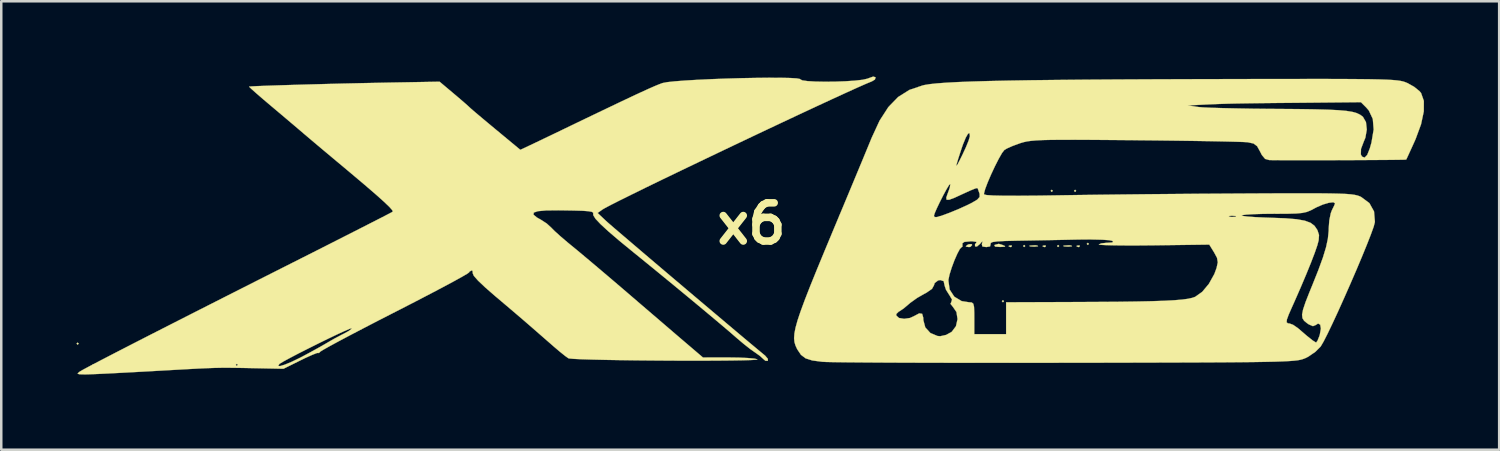
<source format=kicad_pcb>
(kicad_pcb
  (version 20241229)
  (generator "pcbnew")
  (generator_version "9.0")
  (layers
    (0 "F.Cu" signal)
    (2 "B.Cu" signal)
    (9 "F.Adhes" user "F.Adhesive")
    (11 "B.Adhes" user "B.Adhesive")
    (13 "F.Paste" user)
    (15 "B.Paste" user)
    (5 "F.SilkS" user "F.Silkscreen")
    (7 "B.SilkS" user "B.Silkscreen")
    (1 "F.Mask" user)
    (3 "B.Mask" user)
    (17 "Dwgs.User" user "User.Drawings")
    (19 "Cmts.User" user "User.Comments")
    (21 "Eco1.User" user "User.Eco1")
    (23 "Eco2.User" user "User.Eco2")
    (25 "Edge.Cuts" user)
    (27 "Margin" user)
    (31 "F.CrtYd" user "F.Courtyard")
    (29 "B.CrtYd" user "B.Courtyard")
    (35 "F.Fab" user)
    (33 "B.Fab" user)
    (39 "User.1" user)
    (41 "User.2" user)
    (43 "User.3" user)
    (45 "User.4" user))
  (footprint "x6"
    (layer "F.Cu")
    (at 26.929 5.876)
    (property "Reference" "x6" (at 0 0 0) (layer "F.SilkS") (effects (font (size 1.524 1.524) (thickness 0.3))))
    (attr through_hole)
    (fp_poly (pts (xy -26.839 4.784) (xy -26.882 4.826) (xy -26.924 4.784) (xy -26.882 4.741) (xy -26.839 4.784)) (stroke (width 0.01) (type solid)) (fill yes) (layer "F.SilkS"))
    (fp_poly (pts (xy 10.075 3.09) (xy 10.033 3.133) (xy 9.991 3.09) (xy 10.033 3.048) (xy 10.075 3.09)) (stroke (width 0.01) (type solid)) (fill yes) (layer "F.SilkS"))
    (fp_poly (pts (xy 10.922 0.889) (xy 10.88 0.931) (xy 10.837 0.889) (xy 10.88 0.847) (xy 10.922 0.889)) (stroke (width 0.01) (type solid)) (fill yes) (layer "F.SilkS"))
    (fp_poly (pts (xy 12.023 -1.312) (xy 11.98 -1.27) (xy 11.938 -1.312) (xy 11.98 -1.355) (xy 12.023 -1.312)) (stroke (width 0.01) (type solid)) (fill yes) (layer "F.SilkS"))
    (fp_poly (pts (xy 12.277 0.889) (xy 12.234 0.931) (xy 12.192 0.889) (xy 12.234 0.847) (xy 12.277 0.889)) (stroke (width 0.01) (type solid)) (fill yes) (layer "F.SilkS"))
    (fp_poly (pts (xy 12.954 -1.312) (xy 12.912 -1.27) (xy 12.869 -1.312) (xy 12.912 -1.355) (xy 12.954 -1.312)) (stroke (width 0.01) (type solid)) (fill yes) (layer "F.SilkS"))
    (fp_poly (pts (xy 13.462 0.804) (xy 13.42 0.847) (xy 13.377 0.804) (xy 13.42 0.762) (xy 13.462 0.804)) (stroke (width 0.01) (type solid)) (fill yes) (layer "F.SilkS"))
    (fp_poly (pts (xy 10.386 0.875) (xy 10.374 0.925) (xy 10.329 0.931) (xy 10.26 0.9) (xy 10.273 0.875) (xy 10.373 0.865) (xy 10.386 0.875)) (stroke (width 0.01) (type solid)) (fill yes) (layer "F.SilkS"))
    (fp_poly (pts (xy 11.74 0.875) (xy 11.729 0.925) (xy 11.684 0.931) (xy 11.614 0.9) (xy 11.628 0.875) (xy 11.728 0.865) (xy 11.74 0.875)) (stroke (width 0.01) (type solid)) (fill yes) (layer "F.SilkS"))
    (fp_poly (pts (xy 13.095 0.875) (xy 13.083 0.925) (xy 13.039 0.931) (xy 12.969 0.9) (xy 12.982 0.875) (xy 13.083 0.865) (xy 13.095 0.875)) (stroke (width 0.01) (type solid)) (fill yes) (layer "F.SilkS"))
    (fp_poly (pts (xy 8.805 0.849) (xy 8.737 0.922) (xy 8.678 0.931) (xy 8.565 0.913) (xy 8.551 0.898) (xy 8.618 0.843) (xy 8.678 0.816) (xy 8.787 0.814) (xy 8.805 0.849)) (stroke (width 0.01) (type solid)) (fill yes) (layer "F.SilkS"))
    (fp_poly (pts (xy 11.409 0.873) (xy 11.435 0.898) (xy 11.318 0.911) (xy 11.261 0.912) (xy 11.107 0.903) (xy 11.088 0.881) (xy 11.113 0.873) (xy 11.327 0.86) (xy 11.409 0.873)) (stroke (width 0.01) (type solid)) (fill yes) (layer "F.SilkS"))
    (fp_poly (pts (xy 12.764 0.873) (xy 12.79 0.898) (xy 12.673 0.911) (xy 12.615 0.912) (xy 12.461 0.903) (xy 12.443 0.881) (xy 12.467 0.873) (xy 12.682 0.86) (xy 12.764 0.873)) (stroke (width 0.01) (type solid)) (fill yes) (layer "F.SilkS"))
    (fp_poly (pts (xy 9.997 0.839) (xy 10.12 0.893) (xy 10.103 0.917) (xy 9.933 0.926) (xy 9.91 0.926) (xy 9.721 0.913) (xy 9.691 0.861) (xy 9.705 0.844) (xy 9.865 0.802) (xy 9.997 0.839)) (stroke (width 0.01) (type solid)) (fill yes) (layer "F.SilkS"))
    (fp_poly (pts (xy 4.953 -5.842) (xy 4.926 -5.753) (xy 4.806 -5.681) (xy 4.583 -5.589) (xy 4.231 -5.434) (xy 3.768 -5.224) (xy 3.208 -4.967) (xy 2.567 -4.67) (xy 1.862 -4.341) (xy 1.108 -3.987) (xy 0.322 -3.616) (xy -0.482 -3.235) (xy -1.286 -2.852) (xy -2.075 -2.475) (xy -2.834 -2.111) (xy -3.546 -1.768) (xy -4.195 -1.453) (xy -4.765 -1.173) (xy -5.242 -0.937) (xy -5.607 -0.752) (xy -5.847 -0.625) (xy -5.932 -0.575) (xy -6.138 -0.43) (xy -5.798 -0.109) (xy -5.684 -0.008) (xy -5.456 0.189) (xy -5.131 0.467) (xy -4.724 0.814) (xy -4.253 1.216) (xy -3.732 1.658) (xy -3.178 2.128) (xy -2.607 2.611) (xy -2.035 3.095) (xy -1.478 3.565) (xy -0.953 4.008) (xy -0.475 4.411) (xy -0.06 4.759) (xy 0.276 5.039) (xy 0.516 5.238) (xy 0.547 5.263) (xy 0.653 5.388) (xy 0.655 5.469) (xy 0.558 5.468) (xy 0.486 5.407) (xy 0.342 5.275) (xy 0.138 5.13) (xy 0.127 5.123) (xy -0.061 4.99) (xy -0.321 4.784) (xy -0.601 4.547) (xy -0.635 4.517) (xy -0.886 4.299) (xy -1.247 3.993) (xy -1.694 3.618) (xy -2.205 3.192) (xy -2.758 2.734) (xy -3.331 2.262) (xy -3.901 1.795) (xy -4.445 1.352) (xy -4.703 1.143) (xy -5.271 0.678) (xy -5.708 0.304) (xy -6.022 0.014) (xy -6.221 -0.197) (xy -6.31 -0.339) (xy -6.314 -0.396) (xy -6.314 -0.442) (xy -6.371 -0.476) (xy -6.506 -0.5) (xy -6.74 -0.517) (xy -7.097 -0.527) (xy -7.596 -0.535) (xy -7.705 -0.536) (xy -8.193 -0.531) (xy -8.518 -0.501) (xy -8.684 -0.446) (xy -8.695 -0.362) (xy -8.556 -0.247) (xy -8.4 -0.16) (xy -8.168 -0.01) (xy -7.983 0.159) (xy -7.982 0.161) (xy -7.851 0.293) (xy -7.626 0.496) (xy -7.344 0.737) (xy -7.181 0.871) (xy -6.929 1.078) (xy -6.577 1.372) (xy -6.151 1.731) (xy -5.679 2.131) (xy -5.189 2.549) (xy -4.903 2.794) (xy -4.413 3.215) (xy -3.923 3.635) (xy -3.463 4.029) (xy -3.06 4.375) (xy -2.741 4.648) (xy -2.606 4.763) (xy -1.937 5.334) (xy -0.905 5.335) (xy -0.496 5.341) (xy -0.144 5.357) (xy 0.114 5.38) (xy 0.24 5.409) (xy 0.241 5.409) (xy 0.187 5.425) (xy -0.016 5.438) (xy -0.348 5.448) (xy -0.789 5.455) (xy -1.319 5.46) (xy -1.918 5.463) (xy -2.565 5.463) (xy -3.241 5.461) (xy -3.926 5.456) (xy -4.599 5.45) (xy -5.241 5.441) (xy -5.83 5.431) (xy -6.348 5.419) (xy -6.774 5.406) (xy -7.088 5.391) (xy -7.27 5.375) (xy -7.305 5.366) (xy -7.431 5.276) (xy -7.641 5.108) (xy -7.892 4.895) (xy -7.922 4.868) (xy -8.242 4.589) (xy -8.587 4.288) (xy -8.844 4.064) (xy -9.074 3.865) (xy -9.394 3.591) (xy -9.766 3.275) (xy -10.149 2.95) (xy -10.221 2.89) (xy -10.619 2.543) (xy -10.907 2.27) (xy -11.076 2.078) (xy -11.118 1.979) (xy -11.128 1.877) (xy -11.167 1.863) (xy -11.256 1.916) (xy -11.261 1.938) (xy -11.334 1.992) (xy -11.541 2.113) (xy -11.868 2.294) (xy -12.297 2.524) (xy -12.813 2.796) (xy -13.398 3.1) (xy -14.038 3.429) (xy -14.203 3.513) (xy -14.856 3.847) (xy -15.462 4.161) (xy -16.004 4.444) (xy -16.466 4.689) (xy -16.83 4.886) (xy -17.08 5.027) (xy -17.2 5.102) (xy -17.207 5.109) (xy -17.263 5.165) (xy -17.271 5.15) (xy -17.341 5.16) (xy -17.529 5.234) (xy -17.801 5.357) (xy -17.971 5.44) (xy -18.669 5.786) (xy -19.897 5.761) (xy -20.287 5.753) (xy -20.608 5.748) (xy -20.885 5.745) (xy -21.145 5.746) (xy -21.412 5.751) (xy -21.713 5.762) (xy -22.073 5.778) (xy -22.519 5.802) (xy -23.076 5.833) (xy -23.77 5.872) (xy -23.961 5.883) (xy -24.582 5.917) (xy -25.166 5.948) (xy -25.687 5.975) (xy -26.117 5.995) (xy -26.429 6.007) (xy -26.583 6.011) (xy -26.806 6.006) (xy -26.884 5.983) (xy -26.839 5.93) (xy -26.795 5.898) (xy -26.662 5.821) (xy -26.384 5.672) (xy -26.304 5.63) (xy -20.574 5.63) (xy -20.532 5.673) (xy -20.532 5.673) (xy -18.882 5.673) (xy -18.803 5.678) (xy -18.617 5.622) (xy -18.349 5.511) (xy -18.022 5.353) (xy -17.927 5.304) (xy -17.578 5.117) (xy -17.249 4.935) (xy -16.997 4.791) (xy -16.933 4.753) (xy -16.662 4.596) (xy -16.353 4.432) (xy -16.273 4.392) (xy -16.07 4.281) (xy -15.959 4.196) (xy -15.952 4.17) (xy -16.035 4.194) (xy -16.24 4.282) (xy -16.538 4.419) (xy -16.9 4.592) (xy -17.297 4.787) (xy -17.702 4.989) (xy -18.085 5.183) (xy -18.417 5.357) (xy -18.671 5.495) (xy -18.817 5.583) (xy -18.834 5.597) (xy -18.882 5.673) (xy -20.532 5.673) (xy -20.489 5.63) (xy -20.532 5.588) (xy -20.574 5.63) (xy -26.304 5.63) (xy -25.966 5.453) (xy -25.416 5.168) (xy -24.738 4.819) (xy -23.939 4.41) (xy -23.024 3.944) (xy -22.001 3.424) (xy -20.875 2.853) (xy -19.652 2.234) (xy -18.339 1.571) (xy -18.288 1.545) (xy -17.531 1.163) (xy -16.82 0.803) (xy -16.169 0.473) (xy -15.593 0.18) (xy -15.107 -0.068) (xy -14.723 -0.264) (xy -14.457 -0.402) (xy -14.323 -0.473) (xy -14.309 -0.481) (xy -14.329 -0.54) (xy -14.445 -0.672) (xy -14.664 -0.881) (xy -14.993 -1.175) (xy -15.44 -1.56) (xy -16.01 -2.041) (xy -16.252 -2.244) (xy -16.669 -2.592) (xy -17.071 -2.929) (xy -17.427 -3.228) (xy -17.707 -3.465) (xy -17.864 -3.598) (xy -18.08 -3.783) (xy -18.387 -4.043) (xy -18.746 -4.347) (xy -19.117 -4.66) (xy -19.159 -4.695) (xy -19.483 -4.969) (xy -19.752 -5.202) (xy -19.944 -5.373) (xy -20.037 -5.462) (xy -20.042 -5.47) (xy -19.953 -5.479) (xy -19.715 -5.491) (xy -19.349 -5.505) (xy -18.875 -5.521) (xy -18.313 -5.538) (xy -17.684 -5.556) (xy -17.007 -5.574) (xy -16.305 -5.592) (xy -15.596 -5.608) (xy -14.901 -5.622) (xy -14.455 -5.631) (xy -12.442 -5.667) (xy -11.873 -5.188) (xy -11.612 -4.967) (xy -11.404 -4.787) (xy -11.28 -4.676) (xy -11.261 -4.657) (xy -11.184 -4.587) (xy -11 -4.429) (xy -10.733 -4.204) (xy -10.406 -3.931) (xy -10.219 -3.776) (xy -9.221 -2.949) (xy -8.853 -3.121) (xy -8.63 -3.227) (xy -8.3 -3.385) (xy -7.909 -3.572) (xy -7.523 -3.758) (xy -6.65 -4.179) (xy -5.915 -4.531) (xy -5.306 -4.822) (xy -4.81 -5.057) (xy -4.413 -5.242) (xy -4.102 -5.384) (xy -3.863 -5.489) (xy -3.685 -5.562) (xy -3.553 -5.611) (xy -3.547 -5.613) (xy -3.368 -5.648) (xy -3.06 -5.681) (xy -2.647 -5.713) (xy -2.154 -5.742) (xy -1.604 -5.768) (xy -1.021 -5.79) (xy -0.43 -5.807) (xy 0.145 -5.818) (xy 0.68 -5.824) (xy 1.151 -5.823) (xy 1.533 -5.815) (xy 1.804 -5.799) (xy 1.937 -5.774) (xy 1.947 -5.763) (xy 2.026 -5.72) (xy 2.239 -5.69) (xy 2.553 -5.672) (xy 2.933 -5.665) (xy 3.345 -5.669) (xy 3.754 -5.684) (xy 4.127 -5.709) (xy 4.43 -5.743) (xy 4.627 -5.787) (xy 4.656 -5.799) (xy 4.858 -5.871) (xy 4.953 -5.842)) (stroke (width 0.01) (type solid)) (fill yes) (layer "F.SilkS"))
    (fp_poly (pts (xy 22.999 -5.776) (xy 23.671 -5.774) (xy 24.231 -5.77) (xy 24.691 -5.765) (xy 25.063 -5.757) (xy 25.357 -5.747) (xy 25.586 -5.734) (xy 25.761 -5.718) (xy 25.893 -5.699) (xy 25.995 -5.677) (xy 26.078 -5.65) (xy 26.152 -5.62) (xy 26.176 -5.61) (xy 26.439 -5.462) (xy 26.653 -5.289) (xy 26.715 -5.214) (xy 26.825 -4.902) (xy 26.823 -4.481) (xy 26.714 -3.968) (xy 26.498 -3.382) (xy 26.463 -3.302) (xy 26.32 -2.987) (xy 26.205 -2.736) (xy 26.135 -2.586) (xy 26.121 -2.56) (xy 26.037 -2.555) (xy 25.807 -2.551) (xy 25.457 -2.547) (xy 25.011 -2.544) (xy 24.492 -2.541) (xy 23.925 -2.538) (xy 23.334 -2.536) (xy 22.743 -2.534) (xy 22.177 -2.534) (xy 21.66 -2.534) (xy 21.216 -2.535) (xy 20.869 -2.537) (xy 20.659 -2.54) (xy 20.494 -2.586) (xy 20.362 -2.743) (xy 20.294 -2.876) (xy 20.174 -3.093) (xy 20.033 -3.2) (xy 19.801 -3.25) (xy 19.786 -3.252) (xy 19.631 -3.261) (xy 19.326 -3.271) (xy 18.887 -3.282) (xy 18.333 -3.293) (xy 17.683 -3.304) (xy 16.954 -3.314) (xy 16.165 -3.324) (xy 15.334 -3.332) (xy 15.313 -3.333) (xy 14.366 -3.341) (xy 13.573 -3.347) (xy 12.917 -3.35) (xy 12.384 -3.349) (xy 11.957 -3.346) (xy 11.62 -3.338) (xy 11.358 -3.325) (xy 11.155 -3.307) (xy 10.996 -3.285) (xy 10.864 -3.256) (xy 10.743 -3.221) (xy 10.708 -3.209) (xy 10.423 -3.105) (xy 10.193 -3.003) (xy 10.091 -2.943) (xy 9.995 -2.818) (xy 9.863 -2.587) (xy 9.712 -2.29) (xy 9.56 -1.965) (xy 9.425 -1.651) (xy 9.325 -1.387) (xy 9.278 -1.213) (xy 9.281 -1.169) (xy 9.384 -1.144) (xy 9.656 -1.126) (xy 10.097 -1.117) (xy 10.707 -1.116) (xy 11.487 -1.122) (xy 12.266 -1.134) (xy 12.971 -1.145) (xy 13.811 -1.156) (xy 14.755 -1.167) (xy 15.767 -1.178) (xy 16.816 -1.187) (xy 17.868 -1.196) (xy 18.889 -1.202) (xy 19.6 -1.206) (xy 20.58 -1.211) (xy 21.404 -1.214) (xy 22.088 -1.214) (xy 22.647 -1.213) (xy 23.095 -1.208) (xy 23.446 -1.2) (xy 23.715 -1.189) (xy 23.917 -1.173) (xy 24.066 -1.152) (xy 24.176 -1.127) (xy 24.264 -1.096) (xy 24.324 -1.068) (xy 24.653 -0.823) (xy 24.838 -0.491) (xy 24.872 -0.084) (xy 24.868 -0.049) (xy 24.822 0.123) (xy 24.714 0.423) (xy 24.556 0.826) (xy 24.36 1.306) (xy 24.136 1.838) (xy 23.894 2.397) (xy 23.647 2.957) (xy 23.406 3.493) (xy 23.18 3.98) (xy 22.982 4.392) (xy 22.823 4.704) (xy 22.713 4.891) (xy 22.707 4.9) (xy 22.497 5.11) (xy 22.217 5.302) (xy 22.108 5.357) (xy 22.043 5.384) (xy 21.973 5.408) (xy 21.888 5.43) (xy 21.778 5.449) (xy 21.633 5.465) (xy 21.443 5.479) (xy 21.198 5.491) (xy 20.89 5.502) (xy 20.507 5.51) (xy 20.04 5.518) (xy 19.479 5.524) (xy 18.814 5.529) (xy 18.037 5.533) (xy 17.135 5.536) (xy 16.101 5.539) (xy 14.924 5.542) (xy 13.595 5.545) (xy 12.574 5.546) (xy 11.33 5.548) (xy 10.125 5.549) (xy 8.971 5.549) (xy 7.879 5.547) (xy 6.862 5.545) (xy 5.931 5.542) (xy 5.098 5.538) (xy 4.375 5.533) (xy 3.774 5.528) (xy 3.306 5.522) (xy 2.985 5.515) (xy 2.822 5.507) (xy 2.429 5.455) (xy 2.161 5.37) (xy 1.976 5.231) (xy 1.83 5.014) (xy 1.815 4.985) (xy 1.756 4.856) (xy 1.716 4.721) (xy 1.701 4.567) (xy 1.714 4.38) (xy 1.759 4.147) (xy 1.84 3.854) (xy 1.904 3.662) (xy 5.778 3.662) (xy 5.888 3.76) (xy 6.092 3.793) (xy 6.326 3.759) (xy 6.479 3.689) (xy 6.692 3.576) (xy 6.81 3.593) (xy 6.855 3.751) (xy 6.858 3.846) (xy 6.935 4.135) (xy 7.137 4.358) (xy 7.422 4.478) (xy 7.535 4.487) (xy 7.767 4.435) (xy 7.99 4.312) (xy 8.158 4.088) (xy 8.222 3.804) (xy 8.179 3.523) (xy 8.045 3.326) (xy 7.94 3.195) (xy 7.973 3.124) (xy 8.002 3.026) (xy 7.896 2.845) (xy 7.887 2.833) (xy 7.762 2.635) (xy 7.705 2.467) (xy 7.705 2.458) (xy 7.666 2.286) (xy 7.576 2.259) (xy 7.856 2.259) (xy 7.906 2.625) (xy 8.092 2.91) (xy 8.387 3.087) (xy 8.682 3.133) (xy 8.788 3.141) (xy 8.85 3.19) (xy 8.88 3.315) (xy 8.889 3.552) (xy 8.89 3.768) (xy 8.89 4.403) (xy 10.16 4.403) (xy 10.16 3.133) (xy 12.679 3.124) (xy 13.722 3.119) (xy 14.609 3.113) (xy 15.354 3.103) (xy 15.969 3.09) (xy 16.469 3.073) (xy 16.867 3.052) (xy 17.177 3.026) (xy 17.411 2.995) (xy 17.584 2.957) (xy 17.702 2.916) (xy 17.983 2.717) (xy 18.249 2.398) (xy 18.467 2.006) (xy 18.556 1.764) (xy 18.604 1.54) (xy 18.574 1.36) (xy 18.457 1.143) (xy 18.265 0.832) (xy 16.041 0.861) (xy 15.45 0.866) (xy 14.921 0.866) (xy 14.475 0.862) (xy 14.135 0.853) (xy 13.921 0.841) (xy 13.856 0.826) (xy 13.959 0.783) (xy 14.161 0.761) (xy 14.208 0.759) (xy 14.397 0.747) (xy 14.429 0.71) (xy 14.39 0.681) (xy 14.264 0.656) (xy 14.001 0.638) (xy 13.634 0.629) (xy 13.196 0.628) (xy 12.951 0.632) (xy 12.378 0.644) (xy 11.753 0.656) (xy 11.145 0.667) (xy 10.626 0.676) (xy 10.568 0.677) (xy 10.117 0.688) (xy 9.812 0.704) (xy 9.629 0.728) (xy 9.547 0.765) (xy 9.54 0.813) (xy 9.52 0.905) (xy 9.367 0.931) (xy 9.213 0.907) (xy 9.191 0.814) (xy 9.2 0.783) (xy 9.22 0.699) (xy 9.164 0.749) (xy 9.12 0.804) (xy 8.999 0.907) (xy 8.921 0.905) (xy 8.919 0.812) (xy 8.967 0.767) (xy 8.974 0.723) (xy 8.826 0.703) (xy 8.728 0.703) (xy 8.498 0.724) (xy 8.414 0.781) (xy 8.419 0.82) (xy 8.417 0.919) (xy 8.389 0.931) (xy 8.316 1.005) (xy 8.213 1.196) (xy 8.097 1.46) (xy 7.988 1.752) (xy 7.902 2.027) (xy 7.858 2.24) (xy 7.856 2.259) (xy 7.576 2.259) (xy 7.532 2.246) (xy 7.446 2.263) (xy 7.311 2.364) (xy 7.281 2.458) (xy 7.202 2.599) (xy 6.976 2.755) (xy 6.902 2.793) (xy 6.612 2.958) (xy 6.341 3.152) (xy 6.268 3.214) (xy 6.073 3.379) (xy 5.907 3.491) (xy 5.879 3.504) (xy 5.78 3.6) (xy 5.778 3.662) (xy 1.904 3.662) (xy 1.963 3.488) (xy 2.13 3.035) (xy 2.346 2.482) (xy 2.616 1.816) (xy 2.944 1.023) (xy 3.333 0.089) (xy 3.388 -0.042) (xy 3.503 -0.318) (xy 7.281 -0.318) (xy 7.307 -0.267) (xy 7.402 -0.267) (xy 7.467 -0.286) (xy 19.038 -0.286) (xy 19.151 -0.271) (xy 19.177 -0.271) (xy 19.322 -0.28) (xy 19.334 -0.306) (xy 19.327 -0.31) (xy 19.159 -0.326) (xy 19.073 -0.313) (xy 19.038 -0.286) (xy 7.467 -0.286) (xy 7.596 -0.323) (xy 7.629 -0.336) (xy 19.553 -0.336) (xy 19.596 -0.312) (xy 19.783 -0.288) (xy 20.086 -0.265) (xy 20.479 -0.247) (xy 20.711 -0.239) (xy 21.303 -0.217) (xy 21.75 -0.18) (xy 22.076 -0.122) (xy 22.305 -0.037) (xy 22.462 0.081) (xy 22.571 0.24) (xy 22.583 0.265) (xy 22.643 0.45) (xy 22.629 0.658) (xy 22.577 0.857) (xy 22.479 1.143) (xy 22.324 1.548) (xy 22.126 2.034) (xy 21.9 2.567) (xy 21.662 3.11) (xy 21.581 3.29) (xy 21.436 3.618) (xy 21.361 3.822) (xy 21.351 3.931) (xy 21.402 3.974) (xy 21.464 3.979) (xy 21.609 4.032) (xy 21.797 4.161) (xy 21.824 4.184) (xy 22.158 4.471) (xy 22.393 4.658) (xy 22.519 4.737) (xy 22.528 4.739) (xy 22.582 4.668) (xy 22.654 4.489) (xy 22.674 4.426) (xy 22.718 4.185) (xy 22.691 4.027) (xy 22.606 3.981) (xy 22.508 4.043) (xy 22.4 4.086) (xy 22.237 4.016) (xy 22.165 3.967) (xy 22.049 3.872) (xy 21.982 3.767) (xy 21.967 3.625) (xy 22.007 3.421) (xy 22.106 3.126) (xy 22.267 2.716) (xy 22.367 2.473) (xy 22.617 1.847) (xy 22.8 1.345) (xy 22.924 0.936) (xy 22.997 0.594) (xy 23.028 0.289) (xy 23.03 0.183) (xy 23.053 -0.133) (xy 23.111 -0.418) (xy 23.157 -0.539) (xy 23.244 -0.715) (xy 23.283 -0.812) (xy 23.283 -0.814) (xy 23.214 -0.857) (xy 23.038 -0.837) (xy 22.799 -0.767) (xy 22.543 -0.656) (xy 22.479 -0.622) (xy 22.311 -0.533) (xy 22.156 -0.471) (xy 21.979 -0.432) (xy 21.745 -0.409) (xy 21.419 -0.4) (xy 20.964 -0.397) (xy 20.865 -0.398) (xy 20.424 -0.394) (xy 20.04 -0.382) (xy 19.746 -0.365) (xy 19.577 -0.344) (xy 19.553 -0.336) (xy 7.629 -0.336) (xy 7.915 -0.442) (xy 7.927 -0.447) (xy 8.269 -0.588) (xy 8.61 -0.743) (xy 8.789 -0.832) (xy 9.008 -0.962) (xy 9.102 -1.068) (xy 9.102 -1.19) (xy 9.096 -1.21) (xy 9.041 -1.368) (xy 9.013 -1.426) (xy 8.931 -1.406) (xy 8.736 -1.328) (xy 8.471 -1.207) (xy 8.44 -1.193) (xy 8.098 -1.035) (xy 7.886 -0.956) (xy 7.784 -0.959) (xy 7.773 -1.044) (xy 7.831 -1.214) (xy 7.841 -1.237) (xy 7.913 -1.441) (xy 7.933 -1.57) (xy 7.927 -1.584) (xy 7.877 -1.532) (xy 7.778 -1.368) (xy 7.65 -1.132) (xy 7.516 -0.868) (xy 7.395 -0.615) (xy 7.31 -0.417) (xy 7.281 -0.318) (xy 3.503 -0.318) (xy 3.672 -0.721) (xy 3.943 -1.371) (xy 4.192 -1.969) (xy 4.33 -2.301) (xy 8.174 -2.301) (xy 8.222 -2.368) (xy 8.329 -2.574) (xy 8.417 -2.752) (xy 8.558 -3.055) (xy 8.663 -3.315) (xy 8.713 -3.482) (xy 8.715 -3.497) (xy 8.698 -3.618) (xy 8.64 -3.592) (xy 8.55 -3.435) (xy 8.438 -3.163) (xy 8.376 -2.984) (xy 8.252 -2.603) (xy 8.185 -2.377) (xy 8.174 -2.301) (xy 4.33 -2.301) (xy 4.411 -2.495) (xy 4.59 -2.928) (xy 4.721 -3.245) (xy 4.791 -3.417) (xy 5.111 -4.111) (xy 5.46 -4.652) (xy 5.524 -4.719) (xy 17.399 -4.719) (xy 17.822 -4.658) (xy 18.011 -4.642) (xy 18.344 -4.627) (xy 18.798 -4.613) (xy 19.349 -4.601) (xy 19.971 -4.59) (xy 20.641 -4.583) (xy 20.967 -4.581) (xy 21.788 -4.575) (xy 22.457 -4.565) (xy 22.993 -4.551) (xy 23.412 -4.53) (xy 23.733 -4.502) (xy 23.973 -4.463) (xy 24.15 -4.413) (xy 24.282 -4.35) (xy 24.387 -4.273) (xy 24.396 -4.265) (xy 24.516 -4.054) (xy 24.549 -3.757) (xy 24.493 -3.434) (xy 24.426 -3.271) (xy 24.318 -2.986) (xy 24.312 -2.764) (xy 24.358 -2.679) (xy 24.463 -2.639) (xy 24.565 -2.744) (xy 24.669 -3.003) (xy 24.735 -3.237) (xy 24.823 -3.759) (xy 24.789 -4.18) (xy 24.63 -4.518) (xy 24.525 -4.639) (xy 24.315 -4.849) (xy 21.746 -4.825) (xy 20.959 -4.818) (xy 20.316 -4.811) (xy 19.792 -4.804) (xy 19.362 -4.797) (xy 18.999 -4.789) (xy 18.679 -4.779) (xy 18.376 -4.767) (xy 18.065 -4.753) (xy 17.865 -4.743) (xy 17.399 -4.719) (xy 5.524 -4.719) (xy 5.852 -5.057) (xy 6.305 -5.341) (xy 6.835 -5.519) (xy 6.912 -5.536) (xy 7.12 -5.57) (xy 7.405 -5.6) (xy 7.774 -5.627) (xy 8.235 -5.652) (xy 8.795 -5.674) (xy 9.461 -5.693) (xy 10.24 -5.71) (xy 11.14 -5.725) (xy 12.168 -5.737) (xy 13.331 -5.748) (xy 14.636 -5.756) (xy 16.091 -5.763) (xy 17.702 -5.768) (xy 18.965 -5.771) (xy 20.199 -5.774) (xy 21.275 -5.775) (xy 22.204 -5.776) (xy 22.999 -5.776)) (stroke (width 0.01) (type solid)) (fill yes) (layer "F.SilkS")))
  (gr_rect
    (start -3 -3)
    (end 56.759 14.892)
    (stroke (width 0.1) (type default))
    (fill no)
    (layer "Edge.Cuts")))
</source>
